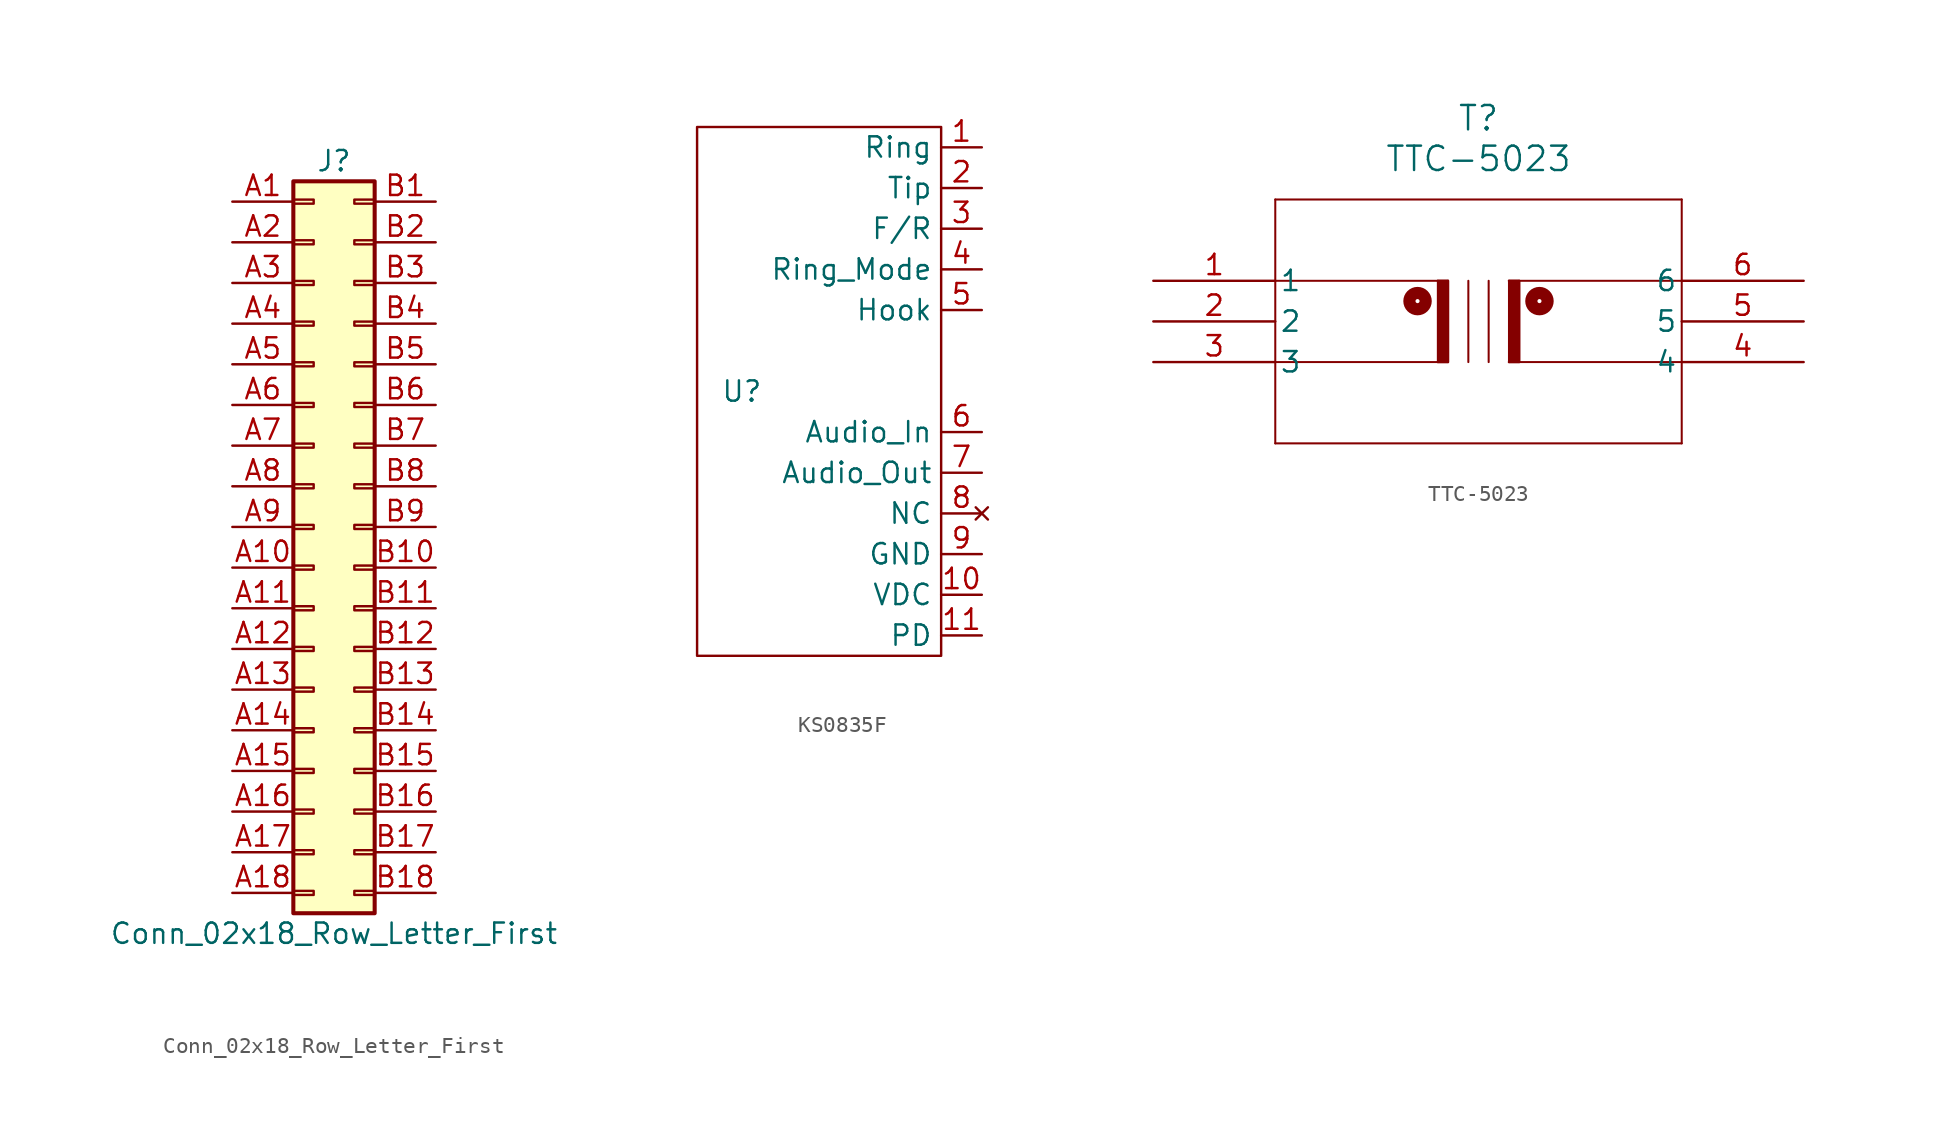
<source format=kicad_sym>
(kicad_symbol_lib
  (version 20241209)
  (generator "kicad_symbol_editor")
  (generator_version "9.0")
  (symbol "Conn_02x18_Row_Letter_First"
    (pin_names
      (offset 1.016)
      (hide yes))
    (property "Reference" "J"
      (at 1.27 22.86 0)
      (effects (font (size 1.27 1.27))))
    (property "Value" "Conn_02x18_Row_Letter_First"
      (at 1.27 -25.4 0)
      (effects (font (size 1.27 1.27))))
    (symbol "Conn_02x18_Row_Letter_First_1_1"
      (rectangle (start -1.27 21.59) (end 3.81 -24.13) (stroke (width 0.254) (type default)) (fill (type background)))
      (rectangle (start -1.27 20.447) (end 0 20.193) (stroke (width 0.152) (type default)) (fill (type none)))
      (rectangle (start -1.27 17.907) (end 0 17.653) (stroke (width 0.152) (type default)) (fill (type none)))
      (rectangle (start -1.27 15.367) (end 0 15.113) (stroke (width 0.152) (type default)) (fill (type none)))
      (rectangle (start -1.27 12.827) (end 0 12.573) (stroke (width 0.152) (type default)) (fill (type none)))
      (rectangle (start -1.27 10.287) (end 0 10.033) (stroke (width 0.152) (type default)) (fill (type none)))
      (rectangle (start -1.27 7.747) (end 0 7.493) (stroke (width 0.152) (type default)) (fill (type none)))
      (rectangle (start -1.27 5.207) (end 0 4.953) (stroke (width 0.152) (type default)) (fill (type none)))
      (rectangle (start -1.27 2.667) (end 0 2.413) (stroke (width 0.152) (type default)) (fill (type none)))
      (rectangle (start -1.27 0.127) (end 0 -0.127) (stroke (width 0.152) (type default)) (fill (type none)))
      (rectangle (start -1.27 -2.413) (end 0 -2.667) (stroke (width 0.152) (type default)) (fill (type none)))
      (rectangle (start -1.27 -4.953) (end 0 -5.207) (stroke (width 0.152) (type default)) (fill (type none)))
      (rectangle (start -1.27 -7.493) (end 0 -7.747) (stroke (width 0.152) (type default)) (fill (type none)))
      (rectangle (start -1.27 -10.033) (end 0 -10.287) (stroke (width 0.152) (type default)) (fill (type none)))
      (rectangle (start -1.27 -12.573) (end 0 -12.827) (stroke (width 0.152) (type default)) (fill (type none)))
      (rectangle (start -1.27 -15.113) (end 0 -15.367) (stroke (width 0.152) (type default)) (fill (type none)))
      (rectangle (start -1.27 -17.653) (end 0 -17.907) (stroke (width 0.152) (type default)) (fill (type none)))
      (rectangle (start -1.27 -20.193) (end 0 -20.447) (stroke (width 0.152) (type default)) (fill (type none)))
      (rectangle (start -1.27 -22.733) (end 0 -22.987) (stroke (width 0.152) (type default)) (fill (type none)))
      (rectangle (start 3.81 20.447) (end 2.54 20.193) (stroke (width 0.152) (type default)) (fill (type none)))
      (rectangle (start 3.81 17.907) (end 2.54 17.653) (stroke (width 0.152) (type default)) (fill (type none)))
      (rectangle (start 3.81 15.367) (end 2.54 15.113) (stroke (width 0.152) (type default)) (fill (type none)))
      (rectangle (start 3.81 12.827) (end 2.54 12.573) (stroke (width 0.152) (type default)) (fill (type none)))
      (rectangle (start 3.81 10.287) (end 2.54 10.033) (stroke (width 0.152) (type default)) (fill (type none)))
      (rectangle (start 3.81 7.747) (end 2.54 7.493) (stroke (width 0.152) (type default)) (fill (type none)))
      (rectangle (start 3.81 5.207) (end 2.54 4.953) (stroke (width 0.152) (type default)) (fill (type none)))
      (rectangle (start 3.81 2.667) (end 2.54 2.413) (stroke (width 0.152) (type default)) (fill (type none)))
      (rectangle (start 3.81 0.127) (end 2.54 -0.127) (stroke (width 0.152) (type default)) (fill (type none)))
      (rectangle (start 3.81 -2.413) (end 2.54 -2.667) (stroke (width 0.152) (type default)) (fill (type none)))
      (rectangle (start 3.81 -4.953) (end 2.54 -5.207) (stroke (width 0.152) (type default)) (fill (type none)))
      (rectangle (start 3.81 -7.493) (end 2.54 -7.747) (stroke (width 0.152) (type default)) (fill (type none)))
      (rectangle (start 3.81 -10.033) (end 2.54 -10.287) (stroke (width 0.152) (type default)) (fill (type none)))
      (rectangle (start 3.81 -12.573) (end 2.54 -12.827) (stroke (width 0.152) (type default)) (fill (type none)))
      (rectangle (start 3.81 -15.113) (end 2.54 -15.367) (stroke (width 0.152) (type default)) (fill (type none)))
      (rectangle (start 3.81 -17.653) (end 2.54 -17.907) (stroke (width 0.152) (type default)) (fill (type none)))
      (rectangle (start 3.81 -20.193) (end 2.54 -20.447) (stroke (width 0.152) (type default)) (fill (type none)))
      (rectangle (start 3.81 -22.733) (end 2.54 -22.987) (stroke (width 0.152) (type default)) (fill (type none)))
      (pin passive line (at -5.08 20.32 0) (length 3.81) (name "Pin_a1" (effects (font (size 1.27 1.27)))) (number "A1" (effects (font (size 1.27 1.27)))))
      (pin passive line (at -5.08 17.78 0) (length 3.81) (name "Pin_a2" (effects (font (size 1.27 1.27)))) (number "A2" (effects (font (size 1.27 1.27)))))
      (pin passive line (at -5.08 15.24 0) (length 3.81) (name "Pin_a3" (effects (font (size 1.27 1.27)))) (number "A3" (effects (font (size 1.27 1.27)))))
      (pin passive line (at -5.08 12.7 0) (length 3.81) (name "Pin_a4" (effects (font (size 1.27 1.27)))) (number "A4" (effects (font (size 1.27 1.27)))))
      (pin passive line (at -5.08 10.16 0) (length 3.81) (name "Pin_a5" (effects (font (size 1.27 1.27)))) (number "A5" (effects (font (size 1.27 1.27)))))
      (pin passive line (at -5.08 7.62 0) (length 3.81) (name "Pin_a6" (effects (font (size 1.27 1.27)))) (number "A6" (effects (font (size 1.27 1.27)))))
      (pin passive line (at -5.08 5.08 0) (length 3.81) (name "Pin_a7" (effects (font (size 1.27 1.27)))) (number "A7" (effects (font (size 1.27 1.27)))))
      (pin passive line (at -5.08 2.54 0) (length 3.81) (name "Pin_a8" (effects (font (size 1.27 1.27)))) (number "A8" (effects (font (size 1.27 1.27)))))
      (pin passive line (at -5.08 0 0) (length 3.81) (name "Pin_a9" (effects (font (size 1.27 1.27)))) (number "A9" (effects (font (size 1.27 1.27)))))
      (pin passive line (at -5.08 -2.54 0) (length 3.81) (name "Pin_a10" (effects (font (size 1.27 1.27)))) (number "A10" (effects (font (size 1.27 1.27)))))
      (pin passive line (at -5.08 -5.08 0) (length 3.81) (name "Pin_a11" (effects (font (size 1.27 1.27)))) (number "A11" (effects (font (size 1.27 1.27)))))
      (pin passive line (at -5.08 -7.62 0) (length 3.81) (name "Pin_a12" (effects (font (size 1.27 1.27)))) (number "A12" (effects (font (size 1.27 1.27)))))
      (pin passive line (at -5.08 -10.16 0) (length 3.81) (name "Pin_a13" (effects (font (size 1.27 1.27)))) (number "A13" (effects (font (size 1.27 1.27)))))
      (pin passive line (at -5.08 -12.7 0) (length 3.81) (name "A14" (effects (font (size 1.27 1.27)))) (number "A14" (effects (font (size 1.27 1.27)))))
      (pin passive line (at -5.08 -15.24 0) (length 3.81) (name "Pin_a15" (effects (font (size 1.27 1.27)))) (number "A15" (effects (font (size 1.27 1.27)))))
      (pin passive line (at -5.08 -17.78 0) (length 3.81) (name "Pin_a16" (effects (font (size 1.27 1.27)))) (number "A16" (effects (font (size 1.27 1.27)))))
      (pin passive line (at -5.08 -20.32 0) (length 3.81) (name "Pin_a17" (effects (font (size 1.27 1.27)))) (number "A17" (effects (font (size 1.27 1.27)))))
      (pin passive line (at -5.08 -22.86 0) (length 3.81) (name "Pin_a18" (effects (font (size 1.27 1.27)))) (number "A18" (effects (font (size 1.27 1.27)))))
      (pin passive line (at 7.62 20.32 180) (length 3.81) (name "Pin_b1" (effects (font (size 1.27 1.27)))) (number "B1" (effects (font (size 1.27 1.27)))))
      (pin passive line (at 7.62 17.78 180) (length 3.81) (name "Pin_b2" (effects (font (size 1.27 1.27)))) (number "B2" (effects (font (size 1.27 1.27)))))
      (pin passive line (at 7.62 15.24 180) (length 3.81) (name "Pin_b3" (effects (font (size 1.27 1.27)))) (number "B3" (effects (font (size 1.27 1.27)))))
      (pin passive line (at 7.62 12.7 180) (length 3.81) (name "Pin_b4" (effects (font (size 1.27 1.27)))) (number "B4" (effects (font (size 1.27 1.27)))))
      (pin passive line (at 7.62 10.16 180) (length 3.81) (name "Pin_b5" (effects (font (size 1.27 1.27)))) (number "B5" (effects (font (size 1.27 1.27)))))
      (pin passive line (at 7.62 7.62 180) (length 3.81) (name "Pin_b6" (effects (font (size 1.27 1.27)))) (number "B6" (effects (font (size 1.27 1.27)))))
      (pin passive line (at 7.62 5.08 180) (length 3.81) (name "Pin_b7" (effects (font (size 1.27 1.27)))) (number "B7" (effects (font (size 1.27 1.27)))))
      (pin passive line (at 7.62 2.54 180) (length 3.81) (name "Pin_b8" (effects (font (size 1.27 1.27)))) (number "B8" (effects (font (size 1.27 1.27)))))
      (pin passive line (at 7.62 0 180) (length 3.81) (name "Pin_b9" (effects (font (size 1.27 1.27)))) (number "B9" (effects (font (size 1.27 1.27)))))
      (pin passive line (at 7.62 -2.54 180) (length 3.81) (name "Pin_b10" (effects (font (size 1.27 1.27)))) (number "B10" (effects (font (size 1.27 1.27)))))
      (pin passive line (at 7.62 -5.08 180) (length 3.81) (name "Pin_b11" (effects (font (size 1.27 1.27)))) (number "B11" (effects (font (size 1.27 1.27)))))
      (pin passive line (at 7.62 -7.62 180) (length 3.81) (name "Pin_b12" (effects (font (size 1.27 1.27)))) (number "B12" (effects (font (size 1.27 1.27)))))
      (pin passive line (at 7.62 -10.16 180) (length 3.81) (name "Pin_b13" (effects (font (size 1.27 1.27)))) (number "B13" (effects (font (size 1.27 1.27)))))
      (pin passive line (at 7.62 -12.7 180) (length 3.81) (name "Pin_b14" (effects (font (size 1.27 1.27)))) (number "B14" (effects (font (size 1.27 1.27)))))
      (pin passive line (at 7.62 -15.24 180) (length 3.81) (name "Pin_b15" (effects (font (size 1.27 1.27)))) (number "B15" (effects (font (size 1.27 1.27)))))
      (pin passive line (at 7.62 -17.78 180) (length 3.81) (name "Pin_b16" (effects (font (size 1.27 1.27)))) (number "B16" (effects (font (size 1.27 1.27)))))
      (pin passive line (at 7.62 -20.32 180) (length 3.81) (name "Pin_b17" (effects (font (size 1.27 1.27)))) (number "B17" (effects (font (size 1.27 1.27)))))
      (pin passive line (at 7.62 -22.86 180) (length 3.81) (name "Pin_b18" (effects (font (size 1.27 1.27)))) (number "B18" (effects (font (size 1.27 1.27)))))))
  (symbol "KS0835F"
    (property "Reference" "U"
      (at -4.826 0 0)
      (effects (font (size 1.27 1.27))))
    (property "Value" ""
      (at 0 0 0)
      (effects (font (size 1.27 1.27))))
    (symbol "KS0835F_0_1"
      (rectangle (start -7.62 16.51) (end 7.62 -16.51) (stroke (width 0) (type default)) (fill (type none))))
    (symbol "KS0835F_1_1"
      (pin bidirectional line (at 10.16 15.24 180) (length 2.54) (name "Ring" (effects (font (size 1.27 1.27)))) (number "1" (effects (font (size 1.27 1.27)))))
      (pin bidirectional line (at 10.16 12.7 180) (length 2.54) (name "Tip" (effects (font (size 1.27 1.27)))) (number "2" (effects (font (size 1.27 1.27)))))
      (pin input line (at 10.16 10.16 180) (length 2.54) (name "F/R" (effects (font (size 1.27 1.27)))) (number "3" (effects (font (size 1.27 1.27)))))
      (pin input line (at 10.16 7.62 180) (length 2.54) (name "Ring_Mode" (effects (font (size 1.27 1.27)))) (number "4" (effects (font (size 1.27 1.27)))))
      (pin output line (at 10.16 5.08 180) (length 2.54) (name "Hook" (effects (font (size 1.27 1.27)))) (number "5" (effects (font (size 1.27 1.27)))))
      (pin input line (at 10.16 -2.54 180) (length 2.54) (name "Audio_In" (effects (font (size 1.27 1.27)))) (number "6" (effects (font (size 1.27 1.27)))))
      (pin output line (at 10.16 -5.08 180) (length 2.54) (name "Audio_Out" (effects (font (size 1.27 1.27)))) (number "7" (effects (font (size 1.27 1.27)))))
      (pin no_connect line (at 10.16 -7.62 180) (length 2.54) (name "NC" (effects (font (size 1.27 1.27)))) (number "8" (effects (font (size 1.27 1.27)))))
      (pin power_in line (at 10.16 -10.16 180) (length 2.54) (name "GND" (effects (font (size 1.27 1.27)))) (number "9" (effects (font (size 1.27 1.27)))))
      (pin power_in line (at 10.16 -12.7 180) (length 2.54) (name "VDC" (effects (font (size 1.27 1.27)))) (number "10" (effects (font (size 1.27 1.27)))))
      (pin input line (at 10.16 -15.24 180) (length 2.54) (name "PD" (effects (font (size 1.27 1.27)))) (number "11" (effects (font (size 1.27 1.27)))))))
  (symbol "TTC-5023"
    (pin_names
      (offset 0.254))
    (property "Reference" "T"
      (at 20.32 10.16 0)
      (effects (font (size 1.524 1.524))))
    (property "Value" "TTC-5023"
      (at 20.32 7.62 0)
      (effects (font (size 1.524 1.524))))
    (symbol "TTC-5023_0_1"
      (polyline (pts (xy 7.62 5.08) (xy 7.62 -10.16)) (stroke (width 0.127) (type default)) (fill (type none)))
      (polyline (pts (xy 7.62 -5.08) (xy 18.415 -5.08)) (stroke (width 0.127) (type default)) (fill (type none)))
      (polyline (pts (xy 7.62 -10.16) (xy 33.02 -10.16)) (stroke (width 0.127) (type default)) (fill (type none)))
      (circle (center 16.51 -1.27) (radius 0.127) (stroke (width 0.762) (type default)) (fill (type none)))
      (polyline (pts (xy 17.78 0) (xy 17.78 -5.08)) (stroke (width 0.127) (type default)) (fill (type none)))
      (polyline (pts (xy 17.78 0) (xy 18.415 0) (xy 18.415 -5.08) (xy 17.78 -5.08)) (stroke (width 0) (type default)) (fill (type outline)))
      (polyline (pts (xy 18.415 0) (xy 7.62 0)) (stroke (width 0.127) (type default)) (fill (type none)))
      (polyline (pts (xy 18.415 0) (xy 18.415 -5.08)) (stroke (width 0.127) (type default)) (fill (type none)))
      (polyline (pts (xy 19.685 0) (xy 19.685 -5.08)) (stroke (width 0.127) (type default)) (fill (type none)))
      (polyline (pts (xy 20.955 -5.08) (xy 20.955 0)) (stroke (width 0.127) (type default)) (fill (type none)))
      (polyline (pts (xy 22.225 0) (xy 22.225 -5.08)) (stroke (width 0.127) (type default)) (fill (type none)))
      (polyline (pts (xy 22.225 0) (xy 33.02 0)) (stroke (width 0.127) (type default)) (fill (type none)))
      (polyline (pts (xy 22.225 0) (xy 22.86 0) (xy 22.86 -5.08) (xy 22.225 -5.08)) (stroke (width 0) (type default)) (fill (type outline)))
      (polyline (pts (xy 22.86 0) (xy 22.86 -5.08)) (stroke (width 0.127) (type default)) (fill (type none)))
      (circle (center 24.13 -1.27) (radius 0.127) (stroke (width 0.762) (type default)) (fill (type none)))
      (polyline (pts (xy 33.02 5.08) (xy 7.62 5.08)) (stroke (width 0.127) (type default)) (fill (type none)))
      (polyline (pts (xy 33.02 -5.08) (xy 22.225 -5.08)) (stroke (width 0.127) (type default)) (fill (type none)))
      (polyline (pts (xy 33.02 -10.16) (xy 33.02 5.08)) (stroke (width 0.127) (type default)) (fill (type none)))
      (pin unspecified line (at 0 0 0) (length 7.62) (name "1" (effects (font (size 1.27 1.27)))) (number "1" (effects (font (size 1.27 1.27)))))
      (pin unspecified line (at 0 -2.54 0) (length 7.62) (name "2" (effects (font (size 1.27 1.27)))) (number "2" (effects (font (size 1.27 1.27)))))
      (pin unspecified line (at 0 -5.08 0) (length 7.62) (name "3" (effects (font (size 1.27 1.27)))) (number "3" (effects (font (size 1.27 1.27)))))
      (pin unspecified line (at 40.64 0 180) (length 7.62) (name "6" (effects (font (size 1.27 1.27)))) (number "6" (effects (font (size 1.27 1.27)))))
      (pin unspecified line (at 40.64 -2.54 180) (length 7.62) (name "5" (effects (font (size 1.27 1.27)))) (number "5" (effects (font (size 1.27 1.27)))))
      (pin unspecified line (at 40.64 -5.08 180) (length 7.62) (name "4" (effects (font (size 1.27 1.27)))) (number "4" (effects (font (size 1.27 1.27))))))))
</source>
